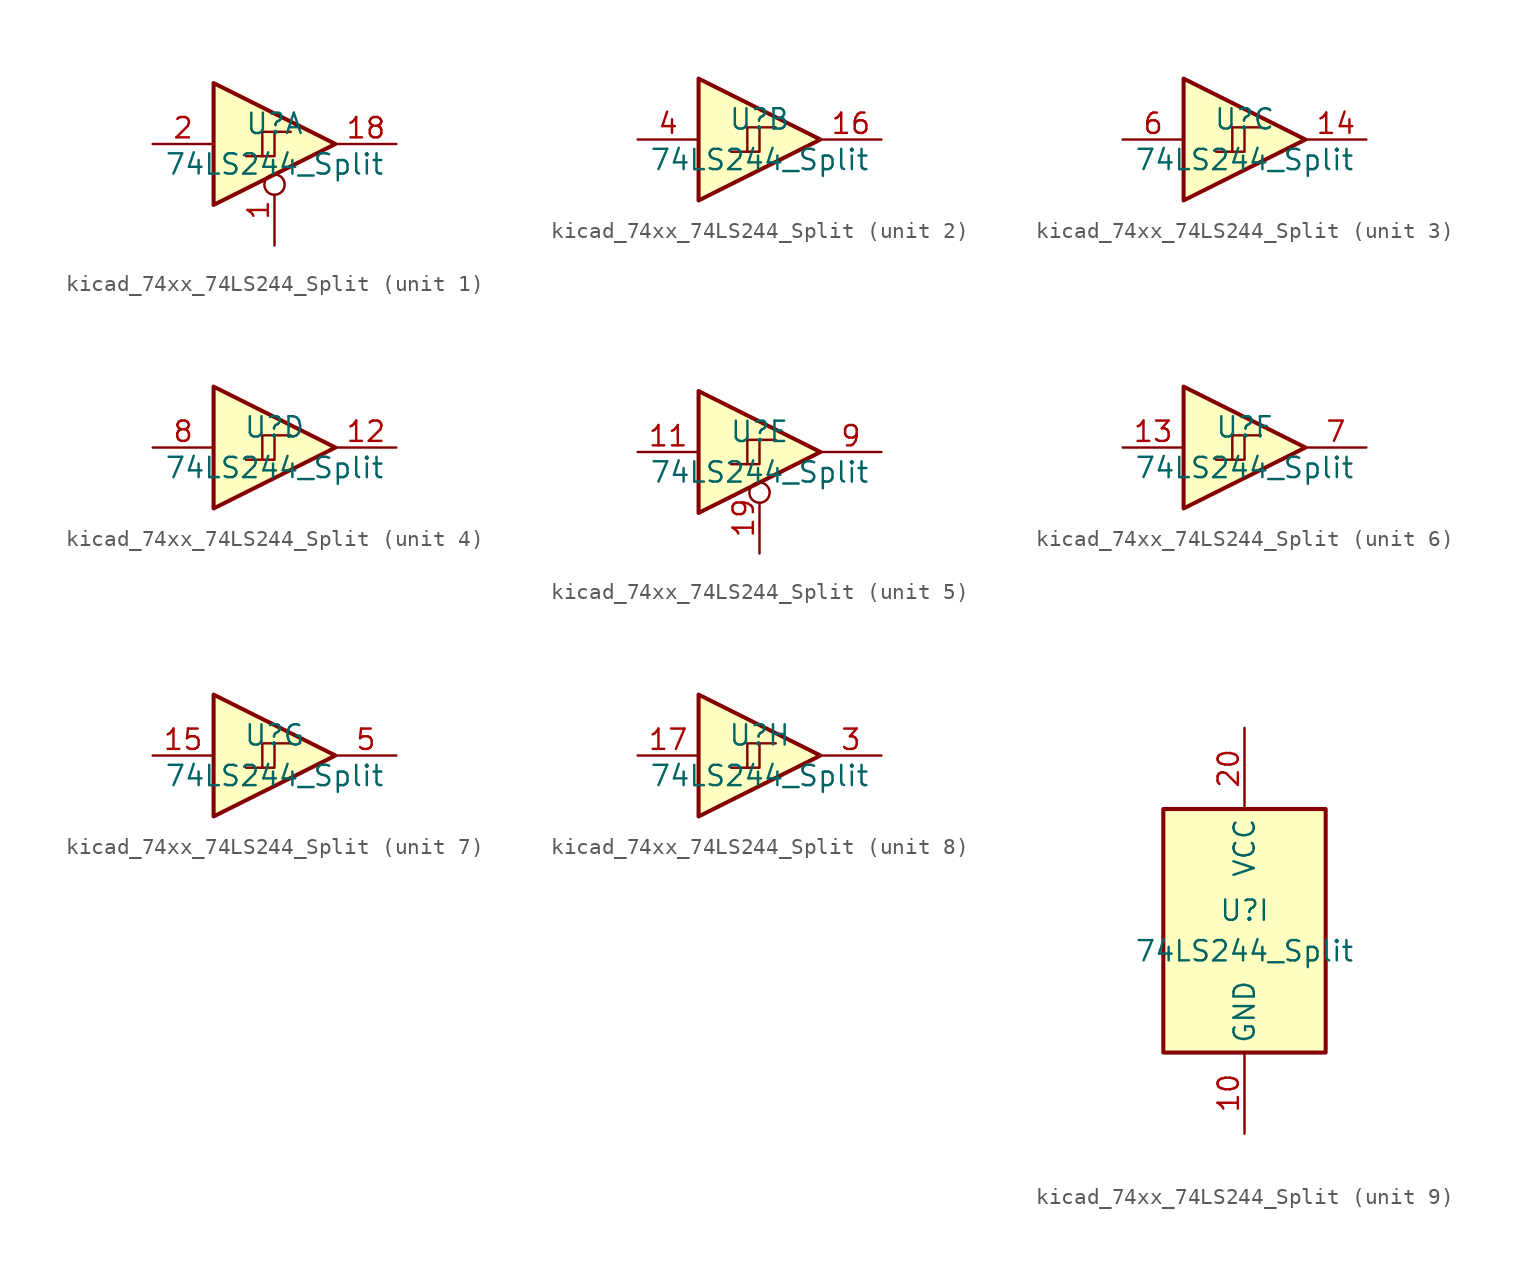
<source format=kicad_sym>
(kicad_symbol_lib
  (version 20220914)
  (generator kicad_symbol_editor)
  (symbol "kicad_74xx_74LS244_Split"
    (property "Reference" "U"
      (at 0 1.27 0)
      (effects (font (size 1.27 1.27))))
    (property "Value" "74LS244_Split"
      (at 0 -1.27 0)
      (effects (font (size 1.27 1.27))))
    (property "ki_locked" ""
      (at 0 0 0)
      (effects (font (size 1.27 1.27))))
    (symbol "kicad_74xx_74LS244_Split_1_0"
      (polyline (pts (xy -3.81 3.81) (xy -3.81 -3.81) (xy 3.81 0) (xy -3.81 3.81)) (stroke (width 0.254) (type default)) (fill (type background)))
      (pin input inverted (at 0 -6.35 90) (length 4.445) (name "~" (effects (font (size 1.27 1.27)))) (number "1" (effects (font (size 1.27 1.27)))))
      (pin tri_state line (at 7.62 0 180) (length 3.81) (name "~" (effects (font (size 1.27 1.27)))) (number "18" (effects (font (size 1.27 1.27)))))
      (pin input line (at -7.62 0 0) (length 3.81) (name "~" (effects (font (size 1.27 1.27)))) (number "2" (effects (font (size 1.27 1.27))))))
    (symbol "kicad_74xx_74LS244_Split_1_1"
      (polyline (pts (xy 0 0.762) (xy 0 -0.762) (xy -1.778 -0.762)) (stroke (width 0) (type default)) (fill (type none)))
      (polyline (pts (xy 1.016 0.762) (xy -0.762 0.762) (xy -0.762 -0.762)) (stroke (width 0) (type default)) (fill (type none))))
    (symbol "kicad_74xx_74LS244_Split_2_0"
      (polyline (pts (xy -3.81 3.81) (xy -3.81 -3.81) (xy 3.81 0) (xy -3.81 3.81)) (stroke (width 0.254) (type default)) (fill (type background)))
      (pin tri_state line (at 7.62 0 180) (length 3.81) (name "~" (effects (font (size 1.27 1.27)))) (number "16" (effects (font (size 1.27 1.27)))))
      (pin input line (at -7.62 0 0) (length 3.81) (name "~" (effects (font (size 1.27 1.27)))) (number "4" (effects (font (size 1.27 1.27))))))
    (symbol "kicad_74xx_74LS244_Split_2_1"
      (polyline (pts (xy 0 0.762) (xy 0 -0.762) (xy -1.778 -0.762)) (stroke (width 0) (type default)) (fill (type none)))
      (polyline (pts (xy 1.016 0.762) (xy -0.762 0.762) (xy -0.762 -0.762)) (stroke (width 0) (type default)) (fill (type none))))
    (symbol "kicad_74xx_74LS244_Split_3_0"
      (polyline (pts (xy -3.81 3.81) (xy -3.81 -3.81) (xy 3.81 0) (xy -3.81 3.81)) (stroke (width 0.254) (type default)) (fill (type background)))
      (pin tri_state line (at 7.62 0 180) (length 3.81) (name "~" (effects (font (size 1.27 1.27)))) (number "14" (effects (font (size 1.27 1.27)))))
      (pin input line (at -7.62 0 0) (length 3.81) (name "~" (effects (font (size 1.27 1.27)))) (number "6" (effects (font (size 1.27 1.27))))))
    (symbol "kicad_74xx_74LS244_Split_3_1"
      (polyline (pts (xy 0 0.762) (xy 0 -0.762) (xy -1.778 -0.762)) (stroke (width 0) (type default)) (fill (type none)))
      (polyline (pts (xy 1.016 0.762) (xy -0.762 0.762) (xy -0.762 -0.762)) (stroke (width 0) (type default)) (fill (type none))))
    (symbol "kicad_74xx_74LS244_Split_4_0"
      (polyline (pts (xy -3.81 3.81) (xy -3.81 -3.81) (xy 3.81 0) (xy -3.81 3.81)) (stroke (width 0.254) (type default)) (fill (type background)))
      (pin tri_state line (at 7.62 0 180) (length 3.81) (name "~" (effects (font (size 1.27 1.27)))) (number "12" (effects (font (size 1.27 1.27)))))
      (pin input line (at -7.62 0 0) (length 3.81) (name "~" (effects (font (size 1.27 1.27)))) (number "8" (effects (font (size 1.27 1.27))))))
    (symbol "kicad_74xx_74LS244_Split_4_1"
      (polyline (pts (xy 0 0.762) (xy 0 -0.762) (xy -1.778 -0.762)) (stroke (width 0) (type default)) (fill (type none)))
      (polyline (pts (xy 1.016 0.762) (xy -0.762 0.762) (xy -0.762 -0.762)) (stroke (width 0) (type default)) (fill (type none))))
    (symbol "kicad_74xx_74LS244_Split_5_0"
      (polyline (pts (xy -3.81 3.81) (xy -3.81 -3.81) (xy 3.81 0) (xy -3.81 3.81)) (stroke (width 0.254) (type default)) (fill (type background)))
      (pin input line (at -7.62 0 0) (length 3.81) (name "~" (effects (font (size 1.27 1.27)))) (number "11" (effects (font (size 1.27 1.27)))))
      (pin input inverted (at 0 -6.35 90) (length 4.445) (name "~" (effects (font (size 1.27 1.27)))) (number "19" (effects (font (size 1.27 1.27)))))
      (pin tri_state line (at 7.62 0 180) (length 3.81) (name "~" (effects (font (size 1.27 1.27)))) (number "9" (effects (font (size 1.27 1.27))))))
    (symbol "kicad_74xx_74LS244_Split_5_1"
      (polyline (pts (xy 0 0.762) (xy 0 -0.762) (xy -1.778 -0.762)) (stroke (width 0) (type default)) (fill (type none)))
      (polyline (pts (xy 1.016 0.762) (xy -0.762 0.762) (xy -0.762 -0.762)) (stroke (width 0) (type default)) (fill (type none))))
    (symbol "kicad_74xx_74LS244_Split_6_0"
      (polyline (pts (xy -3.81 3.81) (xy -3.81 -3.81) (xy 3.81 0) (xy -3.81 3.81)) (stroke (width 0.254) (type default)) (fill (type background)))
      (pin input line (at -7.62 0 0) (length 3.81) (name "~" (effects (font (size 1.27 1.27)))) (number "13" (effects (font (size 1.27 1.27)))))
      (pin tri_state line (at 7.62 0 180) (length 3.81) (name "~" (effects (font (size 1.27 1.27)))) (number "7" (effects (font (size 1.27 1.27))))))
    (symbol "kicad_74xx_74LS244_Split_6_1"
      (polyline (pts (xy 0 0.762) (xy 0 -0.762) (xy -1.778 -0.762)) (stroke (width 0) (type default)) (fill (type none)))
      (polyline (pts (xy 1.016 0.762) (xy -0.762 0.762) (xy -0.762 -0.762)) (stroke (width 0) (type default)) (fill (type none))))
    (symbol "kicad_74xx_74LS244_Split_7_0"
      (polyline (pts (xy -3.81 3.81) (xy -3.81 -3.81) (xy 3.81 0) (xy -3.81 3.81)) (stroke (width 0.254) (type default)) (fill (type background)))
      (pin input line (at -7.62 0 0) (length 3.81) (name "~" (effects (font (size 1.27 1.27)))) (number "15" (effects (font (size 1.27 1.27)))))
      (pin tri_state line (at 7.62 0 180) (length 3.81) (name "~" (effects (font (size 1.27 1.27)))) (number "5" (effects (font (size 1.27 1.27))))))
    (symbol "kicad_74xx_74LS244_Split_7_1"
      (polyline (pts (xy 0 0.762) (xy 0 -0.762) (xy -1.778 -0.762)) (stroke (width 0) (type default)) (fill (type none)))
      (polyline (pts (xy 1.016 0.762) (xy -0.762 0.762) (xy -0.762 -0.762)) (stroke (width 0) (type default)) (fill (type none))))
    (symbol "kicad_74xx_74LS244_Split_8_0"
      (polyline (pts (xy -3.81 3.81) (xy -3.81 -3.81) (xy 3.81 0) (xy -3.81 3.81)) (stroke (width 0.254) (type default)) (fill (type background)))
      (pin input line (at -7.62 0 0) (length 3.81) (name "~" (effects (font (size 1.27 1.27)))) (number "17" (effects (font (size 1.27 1.27)))))
      (pin tri_state line (at 7.62 0 180) (length 3.81) (name "~" (effects (font (size 1.27 1.27)))) (number "3" (effects (font (size 1.27 1.27))))))
    (symbol "kicad_74xx_74LS244_Split_8_1"
      (polyline (pts (xy 0 0.762) (xy 0 -0.762) (xy -1.778 -0.762)) (stroke (width 0) (type default)) (fill (type none)))
      (polyline (pts (xy 1.016 0.762) (xy -0.762 0.762) (xy -0.762 -0.762)) (stroke (width 0) (type default)) (fill (type none))))
    (symbol "kicad_74xx_74LS244_Split_9_0"
      (pin power_in line (at 0 -12.7 90) (length 5.08) (name "GND" (effects (font (size 1.27 1.27)))) (number "10" (effects (font (size 1.27 1.27)))))
      (pin power_in line (at 0 12.7 270) (length 5.08) (name "VCC" (effects (font (size 1.27 1.27)))) (number "20" (effects (font (size 1.27 1.27))))))
    (symbol "kicad_74xx_74LS244_Split_9_1"
      (rectangle (start -5.08 7.62) (end 5.08 -7.62) (stroke (width 0.254) (type default)) (fill (type background))))))
</source>
